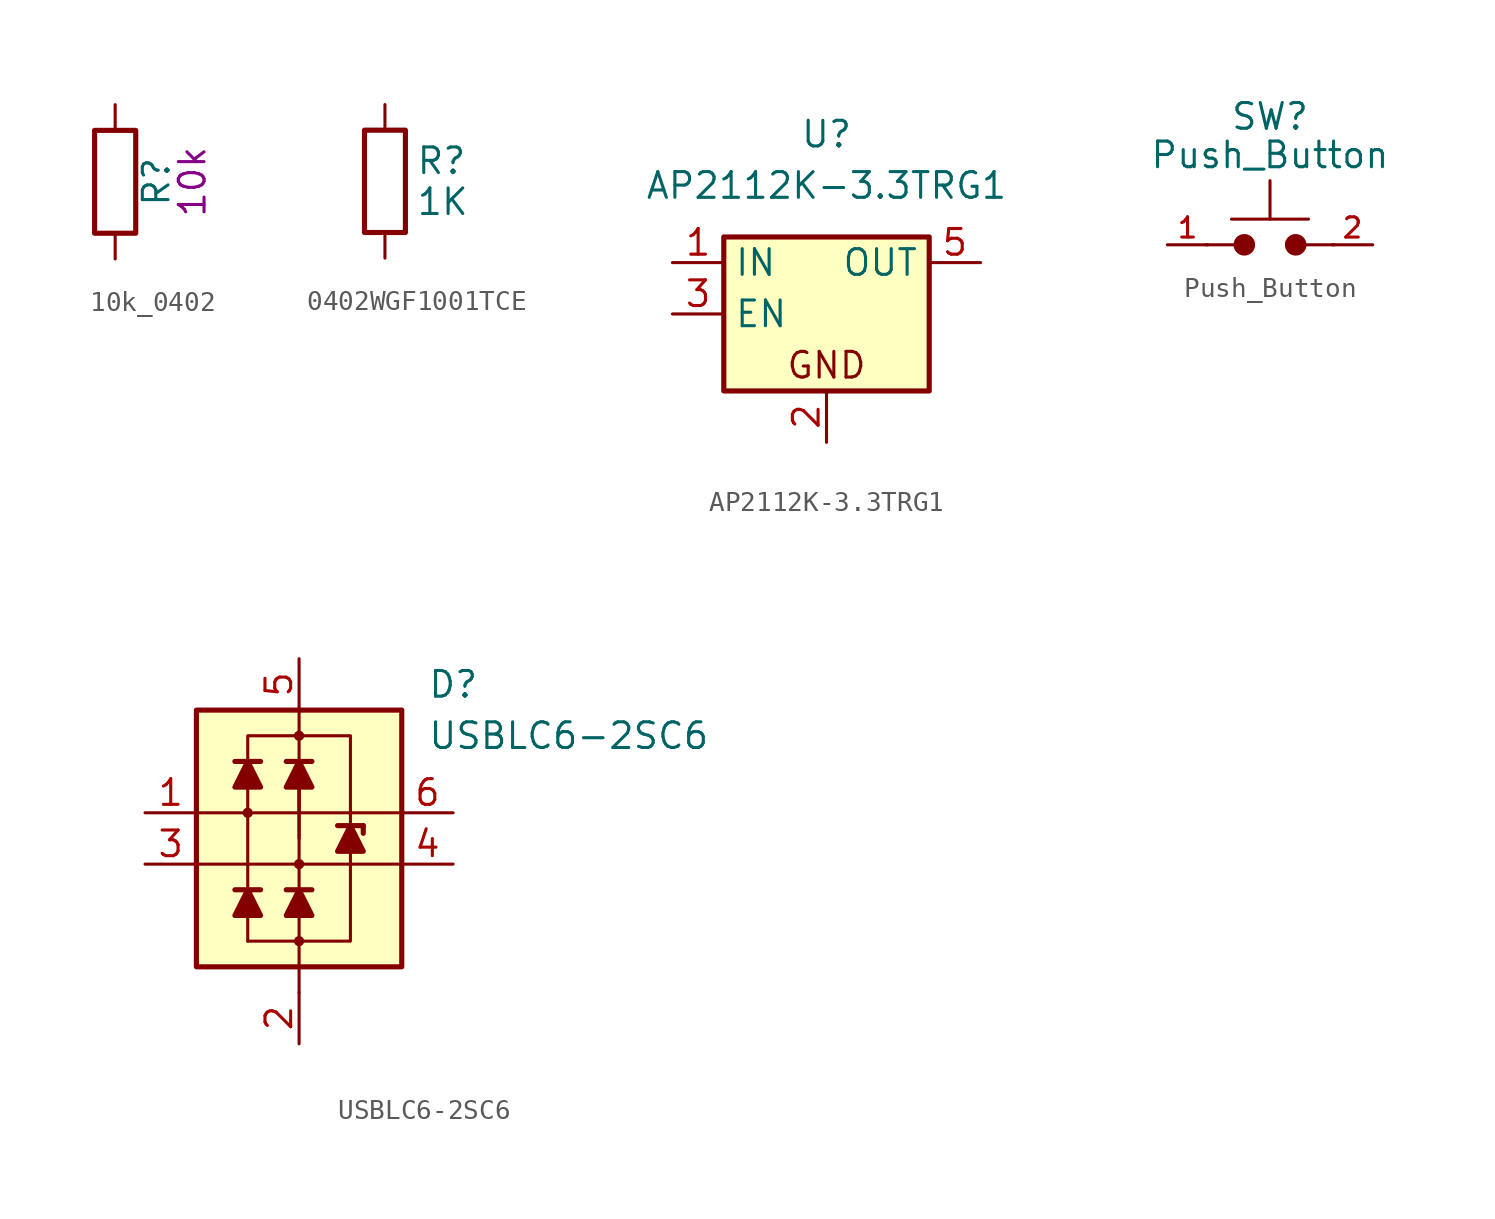
<source format=kicad_sym>
(kicad_symbol_lib
  (version 20241209)
  (generator "kicad_symbol_editor")
  (generator_version "9.0")
  (symbol "10k_0402"
    (pin_numbers
      (hide yes))
    (pin_names
      (offset 0))
    (property "Reference" "R"
      (at 2.032 0 90)
      (effects (font (size 1.27 1.27))))
    (property "Display" "10k"
      (at 3.81 0 90)
      (effects (font (size 1.27 1.27))))
    (symbol "10k_0402_0_1"
      (rectangle (start -1.016 -2.54) (end 1.016 2.54) (stroke (width 0.254) (type default)) (fill (type none))))
    (symbol "10k_0402_1_1"
      (pin passive line (at 0 3.81 270) (length 1.27) (name "~" (effects (font (size 1.27 1.27)))) (number "1" (effects (font (size 1.27 1.27)))))
      (pin passive line (at 0 -3.81 90) (length 1.27) (name "~" (effects (font (size 1.27 1.27)))) (number "2" (effects (font (size 1.27 1.27)))))))
  (symbol "0402WGF1001TCE"
    (property "Reference" "R"
      (at 1.524 1.016 0)
      (effects (font (size 1.27 1.27)) (justify left)))
    (property "Value" "1K"
      (at 1.524 -1.016 0)
      (effects (font (size 1.27 1.27)) (justify left)))
    (symbol "0402WGF1001TCE_0_1"
      (rectangle (start -1.016 -2.54) (end 1.016 2.54) (stroke (width 0.254) (type default)) (fill (type none))))
    (symbol "0402WGF1001TCE_1_1"
      (pin passive line (at 0 3.81 270) (length 1.27) (name "~" (effects (font (size 1.27 1.27)))) (number "1" (effects (font (size 0 0)))))
      (pin passive line (at 0 -3.81 90) (length 1.27) (name "~" (effects (font (size 1.27 1.27)))) (number "2" (effects (font (size 0 0)))))))
  (symbol "AP2112K-3.3TRG1"
    (property "Reference" "U"
      (at 0 8.89 0)
      (effects (font (size 1.27 1.27))))
    (property "Value" "AP2112K-3.3TRG1"
      (at 0 6.35 0)
      (effects (font (size 1.27 1.27))))
    (symbol "AP2112K-3.3TRG1_0_0"
      (rectangle (start -5.08 3.81) (end 5.08 -3.81) (stroke (width 0.254) (type default)) (fill (type background)))
      (text "GND" (at 0 -2.54 0) (effects (font (size 1.27 1.27)))))
    (symbol "AP2112K-3.3TRG1_1_1"
      (pin power_in line (at -7.62 2.54 0) (length 2.54) (name "IN" (effects (font (size 1.27 1.27)))) (number "1" (effects (font (size 1.27 1.27)))))
      (pin input line (at -7.62 0 0) (length 2.54) (name "EN" (effects (font (size 1.27 1.27)))) (number "3" (effects (font (size 1.27 1.27)))))
      (pin free line (at 0 0 0) (length 2.54) (hide yes) (name "NC" (effects (font (size 1.27 1.27)))) (number "4" (effects (font (size 1.27 1.27)))))
      (pin power_in line (at 0 -6.35 90) (length 2.54) (name "~" (effects (font (size 1.27 1.27)))) (number "2" (effects (font (size 1.27 1.27)))))
      (pin power_out line (at 7.62 2.54 180) (length 2.54) (name "OUT" (effects (font (size 1.27 1.27)))) (number "5" (effects (font (size 1.27 1.27)))))))
  (symbol "Push_Button"
    (property "Reference" "SW"
      (at 0 6.35 0)
      (effects (font (size 1.27 1.27))))
    (property "Value" "Push_Button"
      (at 0 4.445 0)
      (effects (font (size 1.27 1.27))))
    (symbol "Push_Button_0_1"
      (polyline (pts (xy -3.175 0) (xy -1.778 0)) (stroke (width 0) (type default)) (fill (type none)))
      (polyline (pts (xy -1.905 1.27) (xy 1.905 1.27)) (stroke (width 0) (type default)) (fill (type none)))
      (circle (center -1.27 0) (radius 0.458) (stroke (width 0) (type default)) (fill (type outline)))
      (polyline (pts (xy 0 1.27) (xy 0 3.175)) (stroke (width 0) (type default)) (fill (type none)))
      (circle (center 1.27 0) (radius 0.458) (stroke (width 0) (type default)) (fill (type outline)))
      (polyline (pts (xy 1.778 0) (xy 3.175 0)) (stroke (width 0) (type default)) (fill (type none))))
    (symbol "Push_Button_1_1"
      (pin passive line (at -5.08 0 0) (length 2) (name "" (effects (font (size 1.27 1.27)))) (number "1" (effects (font (size 1 1)))))
      (pin passive line (at 5.08 0 180) (length 2) (name "" (effects (font (size 1.27 1.27)))) (number "2" (effects (font (size 1 1)))))))
  (symbol "USBLC6-2SC6"
    (pin_names
      (offset 1.016)
      (hide yes))
    (property "Reference" "D"
      (at 6.35 6.35 0)
      (effects (font (size 1.27 1.27)) (justify left)))
    (property "Value" "USBLC6-2SC6"
      (at 6.35 3.81 0)
      (effects (font (size 1.27 1.27)) (justify left)))
    (symbol "USBLC6-2SC6_0_1"
      (rectangle (start -5.08 5.08) (end 5.08 -7.62) (stroke (width 0.254) (type default)) (fill (type background)))
      (polyline (pts (xy -5.08 0) (xy 5.08 0)) (stroke (width 0) (type default)) (fill (type none)))
      (polyline (pts (xy -5.08 -2.54) (xy 5.08 -2.54)) (stroke (width 0) (type default)) (fill (type none)))
      (polyline (pts (xy -2.54 2.54) (xy -1.905 1.27) (xy -3.175 1.27) (xy -2.54 2.54)) (stroke (width 0.254) (type default)) (fill (type outline)))
      (polyline (pts (xy -2.54 -3.81) (xy -1.905 -5.08) (xy -3.175 -5.08) (xy -2.54 -3.81)) (stroke (width 0.254) (type default)) (fill (type outline)))
      (polyline (pts (xy -2.54 -6.35) (xy -2.54 1.27)) (stroke (width 0) (type default)) (fill (type none)))
      (polyline (pts (xy -2.54 -6.35) (xy -2.54 -6.35) (xy 2.54 -6.35) (xy 2.54 -3.175)) (stroke (width 0) (type default)) (fill (type none)))
      (polyline (pts (xy -1.905 2.54) (xy -3.175 2.54)) (stroke (width 0.254) (type default)) (fill (type none)))
      (polyline (pts (xy -1.905 -3.81) (xy -3.175 -3.81)) (stroke (width 0.254) (type default)) (fill (type none)))
      (polyline (pts (xy 0 5.08) (xy 0 3.81)) (stroke (width 0) (type default)) (fill (type none)))
      (polyline (pts (xy 0 2.54) (xy 0 3.81)) (stroke (width 0) (type default)) (fill (type none)))
      (polyline (pts (xy 0 2.54) (xy 0.635 1.27) (xy -0.635 1.27) (xy 0 2.54)) (stroke (width 0.254) (type default)) (fill (type outline)))
      (polyline (pts (xy 0 1.27) (xy 0 -3.81)) (stroke (width 0) (type default)) (fill (type none)))
      (polyline (pts (xy 0 -1.27) (xy 0 1.27)) (stroke (width 0) (type default)) (fill (type none)))
      (polyline (pts (xy 0 -3.81) (xy 0.635 -5.08) (xy -0.635 -5.08) (xy 0 -3.81)) (stroke (width 0.254) (type default)) (fill (type outline)))
      (polyline (pts (xy 0 -7.62) (xy 0 -6.35)) (stroke (width 0) (type default)) (fill (type none)))
      (polyline (pts (xy 0 -8.89) (xy 0 -7.62)) (stroke (width 0) (type default)) (fill (type none)))
      (polyline (pts (xy 0.635 2.54) (xy -0.635 2.54)) (stroke (width 0.254) (type default)) (fill (type none)))
      (polyline (pts (xy 0.635 -3.81) (xy -0.635 -3.81)) (stroke (width 0.254) (type default)) (fill (type none)))
      (polyline (pts (xy 2.54 -0.635) (xy 2.54 3.81) (xy -2.54 3.81) (xy -2.54 2.54)) (stroke (width 0) (type default)) (fill (type none)))
      (polyline (pts (xy 2.54 -0.635) (xy 3.175 -1.905) (xy 1.905 -1.905) (xy 2.54 -0.635)) (stroke (width 0.254) (type default)) (fill (type outline)))
      (polyline (pts (xy 3.175 -0.635) (xy 1.905 -0.635)) (stroke (width 0.254) (type default)) (fill (type none))))
    (symbol "USBLC6-2SC6_1_1"
      (circle (center -2.54 0) (radius 0.178) (stroke (width 0) (type default)) (fill (type outline)))
      (circle (center 0 3.81) (radius 0.178) (stroke (width 0) (type default)) (fill (type outline)))
      (polyline (pts (xy 0 0) (xy 0 2.54)) (stroke (width 0) (type default)) (fill (type none)))
      (circle (center 0 -2.54) (radius 0.178) (stroke (width 0) (type default)) (fill (type outline)))
      (polyline (pts (xy 0 -6.35) (xy 0 -3.81)) (stroke (width 0) (type default)) (fill (type none)))
      (circle (center 0 -6.35) (radius 0.178) (stroke (width 0) (type default)) (fill (type outline)))
      (polyline (pts (xy 2.54 -3.175) (xy 2.54 -0.635)) (stroke (width 0) (type default)) (fill (type none)))
      (polyline (pts (xy 3.175 -0.635) (xy 3.175 -1.016)) (stroke (width 0.254) (type default)) (fill (type none)))
      (pin passive line (at -7.62 0 0) (length 2.54) (name "L1" (effects (font (size 1.27 1.27)))) (number "1" (effects (font (size 1.27 1.27)))))
      (pin passive line (at -7.62 -2.54 0) (length 2.54) (name "L2" (effects (font (size 1.27 1.27)))) (number "3" (effects (font (size 1.27 1.27)))))
      (pin passive line (at 0 7.62 270) (length 2.54) (name "VP" (effects (font (size 1.27 1.27)))) (number "5" (effects (font (size 1.27 1.27)))))
      (pin passive line (at 0 -11.43 90) (length 2.54) (name "VN" (effects (font (size 1.27 1.27)))) (number "2" (effects (font (size 1.27 1.27)))))
      (pin passive line (at 7.62 0 180) (length 2.54) (name "L1" (effects (font (size 1.27 1.27)))) (number "6" (effects (font (size 1.27 1.27)))))
      (pin passive line (at 7.62 -2.54 180) (length 2.54) (name "L2" (effects (font (size 1.27 1.27)))) (number "4" (effects (font (size 1.27 1.27))))))))
</source>
